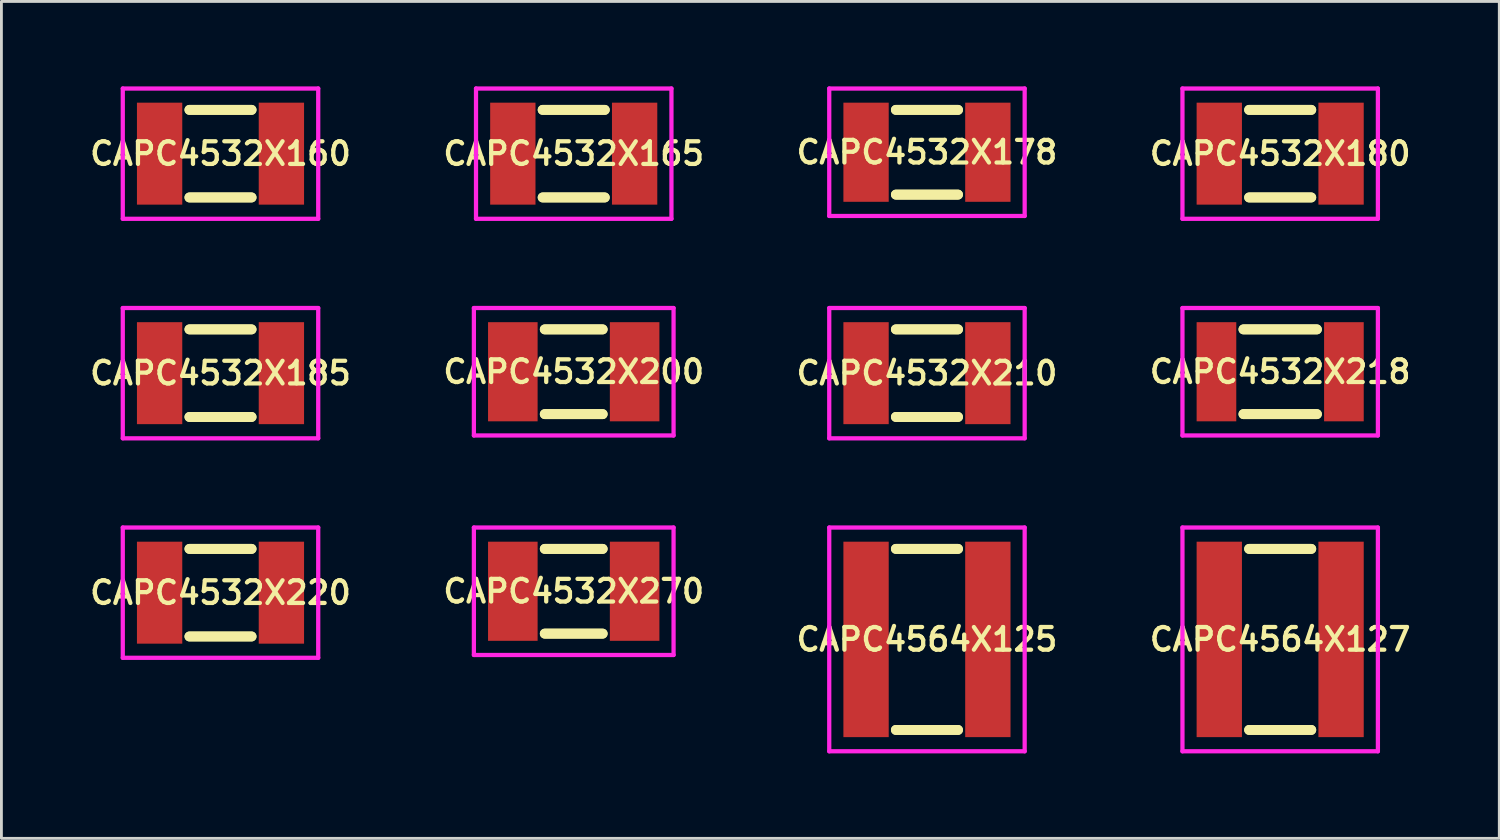
<source format=kicad_pcb>
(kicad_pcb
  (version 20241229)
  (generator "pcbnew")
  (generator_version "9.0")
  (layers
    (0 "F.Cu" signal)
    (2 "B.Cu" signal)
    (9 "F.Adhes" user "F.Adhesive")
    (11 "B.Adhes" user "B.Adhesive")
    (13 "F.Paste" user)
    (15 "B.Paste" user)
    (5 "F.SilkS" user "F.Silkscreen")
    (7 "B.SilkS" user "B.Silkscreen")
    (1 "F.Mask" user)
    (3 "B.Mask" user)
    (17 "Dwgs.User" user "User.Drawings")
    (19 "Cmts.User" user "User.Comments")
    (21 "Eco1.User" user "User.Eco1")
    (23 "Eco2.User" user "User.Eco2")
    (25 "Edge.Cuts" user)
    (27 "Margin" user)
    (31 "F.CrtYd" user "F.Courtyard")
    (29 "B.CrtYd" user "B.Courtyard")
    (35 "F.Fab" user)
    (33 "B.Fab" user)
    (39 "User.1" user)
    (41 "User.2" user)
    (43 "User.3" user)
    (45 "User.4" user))
  (footprint "CAPC4532X180"
    (layer "F.Cu")
    (at 42.148 2.375)
    (property "Reference" "CAPC4532X180" (at 0 0 0) (layer "F.SilkS") (effects (font (size 0.8 0.8) (thickness 0.15))))
    (attr through_hole)
    (fp_line (start -1.096 -1.546) (end 1.096 -1.546) (stroke (width 0.35) (type solid)) (layer "F.SilkS"))
    (fp_line (start -1.096 1.546) (end 1.096 1.546) (stroke (width 0.35) (type solid)) (layer "F.SilkS"))
    (fp_line (start 1.096 -1.546) (end -1.096 -1.546) (stroke (width 0.35) (type solid)) (layer "F.SilkS"))
    (fp_line (start 1.096 1.546) (end -1.096 1.546) (stroke (width 0.35) (type solid)) (layer "F.SilkS"))
    (fp_line (start -3.45 -2.3) (end 3.45 -2.3) (stroke (width 0.15) (type solid)) (layer "F.CrtYd"))
    (fp_line (start -3.45 2.3) (end -3.45 -2.3) (stroke (width 0.15) (type solid)) (layer "F.CrtYd"))
    (fp_line (start 3.45 -2.3) (end 3.45 2.3) (stroke (width 0.15) (type solid)) (layer "F.CrtYd"))
    (fp_line (start 3.45 2.3) (end -3.45 2.3) (stroke (width 0.15) (type solid)) (layer "F.CrtYd"))
    (pad "1" smd rect (at -2.15 0) (size 1.6 3.6) (layers "F.Cu" "F.Mask" "F.Paste"))
    (pad "2" smd rect (at 2.15 0) (size 1.6 3.6) (layers "F.Cu" "F.Mask" "F.Paste")))
  (footprint "CAPC4532X200"
    (layer "F.Cu")
    (at 17.206 10.075)
    (property "Reference" "CAPC4532X200" (at 0 0 0) (layer "F.SilkS") (effects (font (size 0.8 0.8) (thickness 0.15))))
    (attr through_hole)
    (fp_line (start -1.021 -1.496) (end 1.021 -1.496) (stroke (width 0.35) (type solid)) (layer "F.SilkS"))
    (fp_line (start -1.021 1.496) (end 1.021 1.496) (stroke (width 0.35) (type solid)) (layer "F.SilkS"))
    (fp_line (start 1.021 -1.496) (end -1.021 -1.496) (stroke (width 0.35) (type solid)) (layer "F.SilkS"))
    (fp_line (start 1.021 1.496) (end -1.021 1.496) (stroke (width 0.35) (type solid)) (layer "F.SilkS"))
    (fp_line (start -3.525 -2.25) (end 3.525 -2.25) (stroke (width 0.15) (type solid)) (layer "F.CrtYd"))
    (fp_line (start -3.525 2.25) (end -3.525 -2.25) (stroke (width 0.15) (type solid)) (layer "F.CrtYd"))
    (fp_line (start 3.525 -2.25) (end 3.525 2.25) (stroke (width 0.15) (type solid)) (layer "F.CrtYd"))
    (fp_line (start 3.525 2.25) (end -3.525 2.25) (stroke (width 0.15) (type solid)) (layer "F.CrtYd"))
    (pad "1" smd rect (at -2.15 0) (size 1.75 3.5) (layers "F.Cu" "F.Mask" "F.Paste"))
    (pad "2" smd rect (at 2.15 0) (size 1.75 3.5) (layers "F.Cu" "F.Mask" "F.Paste")))
  (footprint "CAPC4564X127"
    (layer "F.Cu")
    (at 42.148 19.525)
    (property "Reference" "CAPC4564X127" (at 0 0 0) (layer "F.SilkS") (effects (font (size 0.8 0.8) (thickness 0.15))))
    (attr smd)
    (fp_line (start -1.096 -3.196) (end 1.096 -3.196) (stroke (width 0.35) (type solid)) (layer "F.SilkS"))
    (fp_line (start -1.096 3.196) (end 1.096 3.196) (stroke (width 0.35) (type solid)) (layer "F.SilkS"))
    (fp_line (start 1.096 -3.196) (end -1.096 -3.196) (stroke (width 0.35) (type solid)) (layer "F.SilkS"))
    (fp_line (start 1.096 3.196) (end -1.096 3.196) (stroke (width 0.35) (type solid)) (layer "F.SilkS"))
    (fp_line (start -3.45 -3.95) (end 3.45 -3.95) (stroke (width 0.15) (type solid)) (layer "F.CrtYd"))
    (fp_line (start -3.45 3.95) (end -3.45 -3.95) (stroke (width 0.15) (type solid)) (layer "F.CrtYd"))
    (fp_line (start 3.45 -3.95) (end 3.45 3.95) (stroke (width 0.15) (type solid)) (layer "F.CrtYd"))
    (fp_line (start 3.45 3.95) (end -3.45 3.95) (stroke (width 0.15) (type solid)) (layer "F.CrtYd"))
    (pad "1" smd rect (at -2.15 0) (size 1.6 6.9) (layers "F.Cu" "F.Mask" "F.Paste"))
    (pad "2" smd rect (at 2.15 0) (size 1.6 6.9) (layers "F.Cu" "F.Mask" "F.Paste")))
  (footprint "CAPC4532X160"
    (layer "F.Cu")
    (at 4.735 2.375)
    (property "Reference" "CAPC4532X160" (at 0 0 0) (layer "F.SilkS") (effects (font (size 0.8 0.8) (thickness 0.15))))
    (attr through_hole)
    (fp_line (start -1.096 -1.546) (end 1.096 -1.546) (stroke (width 0.35) (type solid)) (layer "F.SilkS"))
    (fp_line (start -1.096 1.546) (end 1.096 1.546) (stroke (width 0.35) (type solid)) (layer "F.SilkS"))
    (fp_line (start 1.096 -1.546) (end -1.096 -1.546) (stroke (width 0.35) (type solid)) (layer "F.SilkS"))
    (fp_line (start 1.096 1.546) (end -1.096 1.546) (stroke (width 0.35) (type solid)) (layer "F.SilkS"))
    (fp_line (start -3.45 -2.3) (end 3.45 -2.3) (stroke (width 0.15) (type solid)) (layer "F.CrtYd"))
    (fp_line (start -3.45 2.3) (end -3.45 -2.3) (stroke (width 0.15) (type solid)) (layer "F.CrtYd"))
    (fp_line (start 3.45 -2.3) (end 3.45 2.3) (stroke (width 0.15) (type solid)) (layer "F.CrtYd"))
    (fp_line (start 3.45 2.3) (end -3.45 2.3) (stroke (width 0.15) (type solid)) (layer "F.CrtYd"))
    (pad "1" smd rect (at -2.15 0) (size 1.6 3.6) (layers "F.Cu" "F.Mask" "F.Paste"))
    (pad "2" smd rect (at 2.15 0) (size 1.6 3.6) (layers "F.Cu" "F.Mask" "F.Paste")))
  (footprint "CAPC4532X218"
    (layer "F.Cu")
    (at 42.148 10.075)
    (property "Reference" "CAPC4532X218" (at 0 0 0) (layer "F.SilkS") (effects (font (size 0.8 0.8) (thickness 0.15))))
    (attr smd)
    (fp_line (start -1.296 -1.496) (end 1.296 -1.496) (stroke (width 0.35) (type solid)) (layer "F.SilkS"))
    (fp_line (start -1.296 1.496) (end 1.296 1.496) (stroke (width 0.35) (type solid)) (layer "F.SilkS"))
    (fp_line (start 1.296 -1.496) (end -1.296 -1.496) (stroke (width 0.35) (type solid)) (layer "F.SilkS"))
    (fp_line (start 1.296 1.496) (end -1.296 1.496) (stroke (width 0.35) (type solid)) (layer "F.SilkS"))
    (fp_line (start -3.45 -2.25) (end 3.45 -2.25) (stroke (width 0.15) (type solid)) (layer "F.CrtYd"))
    (fp_line (start -3.45 2.25) (end -3.45 -2.25) (stroke (width 0.15) (type solid)) (layer "F.CrtYd"))
    (fp_line (start 3.45 -2.25) (end 3.45 2.25) (stroke (width 0.15) (type solid)) (layer "F.CrtYd"))
    (fp_line (start 3.45 2.25) (end -3.45 2.25) (stroke (width 0.15) (type solid)) (layer "F.CrtYd"))
    (pad "1" smd rect (at -2.25 0) (size 1.4 3.5) (layers "F.Cu" "F.Mask" "F.Paste"))
    (pad "2" smd rect (at 2.25 0) (size 1.4 3.5) (layers "F.Cu" "F.Mask" "F.Paste")))
  (footprint "CAPC4532X165"
    (layer "F.Cu")
    (at 17.206 2.375)
    (property "Reference" "CAPC4532X165" (at 0 0 0) (layer "F.SilkS") (effects (font (size 0.8 0.8) (thickness 0.15))))
    (attr through_hole)
    (fp_line (start -1.096 -1.546) (end 1.096 -1.546) (stroke (width 0.35) (type solid)) (layer "F.SilkS"))
    (fp_line (start -1.096 1.546) (end 1.096 1.546) (stroke (width 0.35) (type solid)) (layer "F.SilkS"))
    (fp_line (start 1.096 -1.546) (end -1.096 -1.546) (stroke (width 0.35) (type solid)) (layer "F.SilkS"))
    (fp_line (start 1.096 1.546) (end -1.096 1.546) (stroke (width 0.35) (type solid)) (layer "F.SilkS"))
    (fp_line (start -3.45 -2.3) (end 3.45 -2.3) (stroke (width 0.15) (type solid)) (layer "F.CrtYd"))
    (fp_line (start -3.45 2.3) (end -3.45 -2.3) (stroke (width 0.15) (type solid)) (layer "F.CrtYd"))
    (fp_line (start 3.45 -2.3) (end 3.45 2.3) (stroke (width 0.15) (type solid)) (layer "F.CrtYd"))
    (fp_line (start 3.45 2.3) (end -3.45 2.3) (stroke (width 0.15) (type solid)) (layer "F.CrtYd"))
    (pad "1" smd rect (at -2.15 0) (size 1.6 3.6) (layers "F.Cu" "F.Mask" "F.Paste"))
    (pad "2" smd rect (at 2.15 0) (size 1.6 3.6) (layers "F.Cu" "F.Mask" "F.Paste")))
  (footprint "CAPC4532X220"
    (layer "F.Cu")
    (at 4.735 17.875)
    (property "Reference" "CAPC4532X220" (at 0 0 0) (layer "F.SilkS") (effects (font (size 0.8 0.8) (thickness 0.15))))
    (attr smd)
    (fp_line (start -1.096 -1.546) (end 1.096 -1.546) (stroke (width 0.35) (type solid)) (layer "F.SilkS"))
    (fp_line (start -1.096 1.546) (end 1.096 1.546) (stroke (width 0.35) (type solid)) (layer "F.SilkS"))
    (fp_line (start 1.096 -1.546) (end -1.096 -1.546) (stroke (width 0.35) (type solid)) (layer "F.SilkS"))
    (fp_line (start 1.096 1.546) (end -1.096 1.546) (stroke (width 0.35) (type solid)) (layer "F.SilkS"))
    (fp_line (start -3.45 -2.3) (end 3.45 -2.3) (stroke (width 0.15) (type solid)) (layer "F.CrtYd"))
    (fp_line (start -3.45 2.3) (end -3.45 -2.3) (stroke (width 0.15) (type solid)) (layer "F.CrtYd"))
    (fp_line (start 3.45 -2.3) (end 3.45 2.3) (stroke (width 0.15) (type solid)) (layer "F.CrtYd"))
    (fp_line (start 3.45 2.3) (end -3.45 2.3) (stroke (width 0.15) (type solid)) (layer "F.CrtYd"))
    (pad "1" smd rect (at -2.15 0) (size 1.6 3.6) (layers "F.Cu" "F.Mask" "F.Paste"))
    (pad "2" smd rect (at 2.15 0) (size 1.6 3.6) (layers "F.Cu" "F.Mask" "F.Paste")))
  (footprint "CAPC4564X125"
    (layer "F.Cu")
    (at 29.677 19.525)
    (property "Reference" "CAPC4564X125" (at 0 0 0) (layer "F.SilkS") (effects (font (size 0.8 0.8) (thickness 0.15))))
    (attr through_hole)
    (fp_line (start -1.096 -3.196) (end 1.096 -3.196) (stroke (width 0.35) (type solid)) (layer "F.SilkS"))
    (fp_line (start -1.096 3.196) (end 1.096 3.196) (stroke (width 0.35) (type solid)) (layer "F.SilkS"))
    (fp_line (start 1.096 -3.196) (end -1.096 -3.196) (stroke (width 0.35) (type solid)) (layer "F.SilkS"))
    (fp_line (start 1.096 3.196) (end -1.096 3.196) (stroke (width 0.35) (type solid)) (layer "F.SilkS"))
    (fp_line (start -3.45 -3.95) (end 3.45 -3.95) (stroke (width 0.15) (type solid)) (layer "F.CrtYd"))
    (fp_line (start -3.45 3.95) (end -3.45 -3.95) (stroke (width 0.15) (type solid)) (layer "F.CrtYd"))
    (fp_line (start 3.45 -3.95) (end 3.45 3.95) (stroke (width 0.15) (type solid)) (layer "F.CrtYd"))
    (fp_line (start 3.45 3.95) (end -3.45 3.95) (stroke (width 0.15) (type solid)) (layer "F.CrtYd"))
    (pad "1" smd rect (at -2.15 0) (size 1.6 6.9) (layers "F.Cu" "F.Mask" "F.Paste"))
    (pad "2" smd rect (at 2.15 0) (size 1.6 6.9) (layers "F.Cu" "F.Mask" "F.Paste")))
  (footprint "CAPC4532X185"
    (layer "F.Cu")
    (at 4.735 10.125)
    (property "Reference" "CAPC4532X185" (at 0 0 0) (layer "F.SilkS") (effects (font (size 0.8 0.8) (thickness 0.15))))
    (attr through_hole)
    (fp_line (start -1.096 -1.546) (end 1.096 -1.546) (stroke (width 0.35) (type solid)) (layer "F.SilkS"))
    (fp_line (start -1.096 1.546) (end 1.096 1.546) (stroke (width 0.35) (type solid)) (layer "F.SilkS"))
    (fp_line (start 1.096 -1.546) (end -1.096 -1.546) (stroke (width 0.35) (type solid)) (layer "F.SilkS"))
    (fp_line (start 1.096 1.546) (end -1.096 1.546) (stroke (width 0.35) (type solid)) (layer "F.SilkS"))
    (fp_line (start -3.45 -2.3) (end 3.45 -2.3) (stroke (width 0.15) (type solid)) (layer "F.CrtYd"))
    (fp_line (start -3.45 2.3) (end -3.45 -2.3) (stroke (width 0.15) (type solid)) (layer "F.CrtYd"))
    (fp_line (start 3.45 -2.3) (end 3.45 2.3) (stroke (width 0.15) (type solid)) (layer "F.CrtYd"))
    (fp_line (start 3.45 2.3) (end -3.45 2.3) (stroke (width 0.15) (type solid)) (layer "F.CrtYd"))
    (pad "1" smd rect (at -2.15 0) (size 1.6 3.6) (layers "F.Cu" "F.Mask" "F.Paste"))
    (pad "2" smd rect (at 2.15 0) (size 1.6 3.6) (layers "F.Cu" "F.Mask" "F.Paste")))
  (footprint "CAPC4532X210"
    (layer "F.Cu")
    (at 29.677 10.125)
    (property "Reference" "CAPC4532X210" (at 0 0 0) (layer "F.SilkS") (effects (font (size 0.8 0.8) (thickness 0.15))))
    (attr smd)
    (fp_line (start -1.096 -1.546) (end 1.096 -1.546) (stroke (width 0.35) (type solid)) (layer "F.SilkS"))
    (fp_line (start -1.096 1.546) (end 1.096 1.546) (stroke (width 0.35) (type solid)) (layer "F.SilkS"))
    (fp_line (start 1.096 -1.546) (end -1.096 -1.546) (stroke (width 0.35) (type solid)) (layer "F.SilkS"))
    (fp_line (start 1.096 1.546) (end -1.096 1.546) (stroke (width 0.35) (type solid)) (layer "F.SilkS"))
    (fp_line (start -3.45 -2.3) (end 3.45 -2.3) (stroke (width 0.15) (type solid)) (layer "F.CrtYd"))
    (fp_line (start -3.45 2.3) (end -3.45 -2.3) (stroke (width 0.15) (type solid)) (layer "F.CrtYd"))
    (fp_line (start 3.45 -2.3) (end 3.45 2.3) (stroke (width 0.15) (type solid)) (layer "F.CrtYd"))
    (fp_line (start 3.45 2.3) (end -3.45 2.3) (stroke (width 0.15) (type solid)) (layer "F.CrtYd"))
    (pad "1" smd rect (at -2.15 0) (size 1.6 3.6) (layers "F.Cu" "F.Mask" "F.Paste"))
    (pad "2" smd rect (at 2.15 0) (size 1.6 3.6) (layers "F.Cu" "F.Mask" "F.Paste")))
  (footprint "CAPC4532X178"
    (layer "F.Cu")
    (at 29.677 2.325)
    (property "Reference" "CAPC4532X178" (at 0 0 0) (layer "F.SilkS") (effects (font (size 0.8 0.8) (thickness 0.15))))
    (attr smd)
    (fp_line (start -1.096 -1.496) (end 1.096 -1.496) (stroke (width 0.35) (type solid)) (layer "F.SilkS"))
    (fp_line (start -1.096 1.496) (end 1.096 1.496) (stroke (width 0.35) (type solid)) (layer "F.SilkS"))
    (fp_line (start 1.096 -1.496) (end -1.096 -1.496) (stroke (width 0.35) (type solid)) (layer "F.SilkS"))
    (fp_line (start 1.096 1.496) (end -1.096 1.496) (stroke (width 0.35) (type solid)) (layer "F.SilkS"))
    (fp_line (start -3.45 -2.25) (end 3.45 -2.25) (stroke (width 0.15) (type solid)) (layer "F.CrtYd"))
    (fp_line (start -3.45 2.25) (end -3.45 -2.25) (stroke (width 0.15) (type solid)) (layer "F.CrtYd"))
    (fp_line (start 3.45 -2.25) (end 3.45 2.25) (stroke (width 0.15) (type solid)) (layer "F.CrtYd"))
    (fp_line (start 3.45 2.25) (end -3.45 2.25) (stroke (width 0.15) (type solid)) (layer "F.CrtYd"))
    (pad "1" smd rect (at -2.15 0) (size 1.6 3.5) (layers "F.Cu" "F.Mask" "F.Paste"))
    (pad "2" smd rect (at 2.15 0) (size 1.6 3.5) (layers "F.Cu" "F.Mask" "F.Paste")))
  (footprint "CAPC4532X270"
    (layer "F.Cu")
    (at 17.206 17.825)
    (property "Reference" "CAPC4532X270" (at 0 0 0) (layer "F.SilkS") (effects (font (size 0.8 0.8) (thickness 0.15))))
    (attr smd)
    (fp_line (start -1.021 -1.496) (end 1.021 -1.496) (stroke (width 0.35) (type solid)) (layer "F.SilkS"))
    (fp_line (start -1.021 1.496) (end 1.021 1.496) (stroke (width 0.35) (type solid)) (layer "F.SilkS"))
    (fp_line (start 1.021 -1.496) (end -1.021 -1.496) (stroke (width 0.35) (type solid)) (layer "F.SilkS"))
    (fp_line (start 1.021 1.496) (end -1.021 1.496) (stroke (width 0.35) (type solid)) (layer "F.SilkS"))
    (fp_line (start -3.525 -2.25) (end 3.525 -2.25) (stroke (width 0.15) (type solid)) (layer "F.CrtYd"))
    (fp_line (start -3.525 2.25) (end -3.525 -2.25) (stroke (width 0.15) (type solid)) (layer "F.CrtYd"))
    (fp_line (start 3.525 -2.25) (end 3.525 2.25) (stroke (width 0.15) (type solid)) (layer "F.CrtYd"))
    (fp_line (start 3.525 2.25) (end -3.525 2.25) (stroke (width 0.15) (type solid)) (layer "F.CrtYd"))
    (pad "1" smd rect (at -2.15 0) (size 1.75 3.5) (layers "F.Cu" "F.Mask" "F.Paste"))
    (pad "2" smd rect (at 2.15 0) (size 1.75 3.5) (layers "F.Cu" "F.Mask" "F.Paste")))
  (gr_rect
    (start -3 -3)
    (end 49.884 26.55)
    (stroke (width 0.1) (type default))
    (fill no)
    (layer "Edge.Cuts")))
</source>
